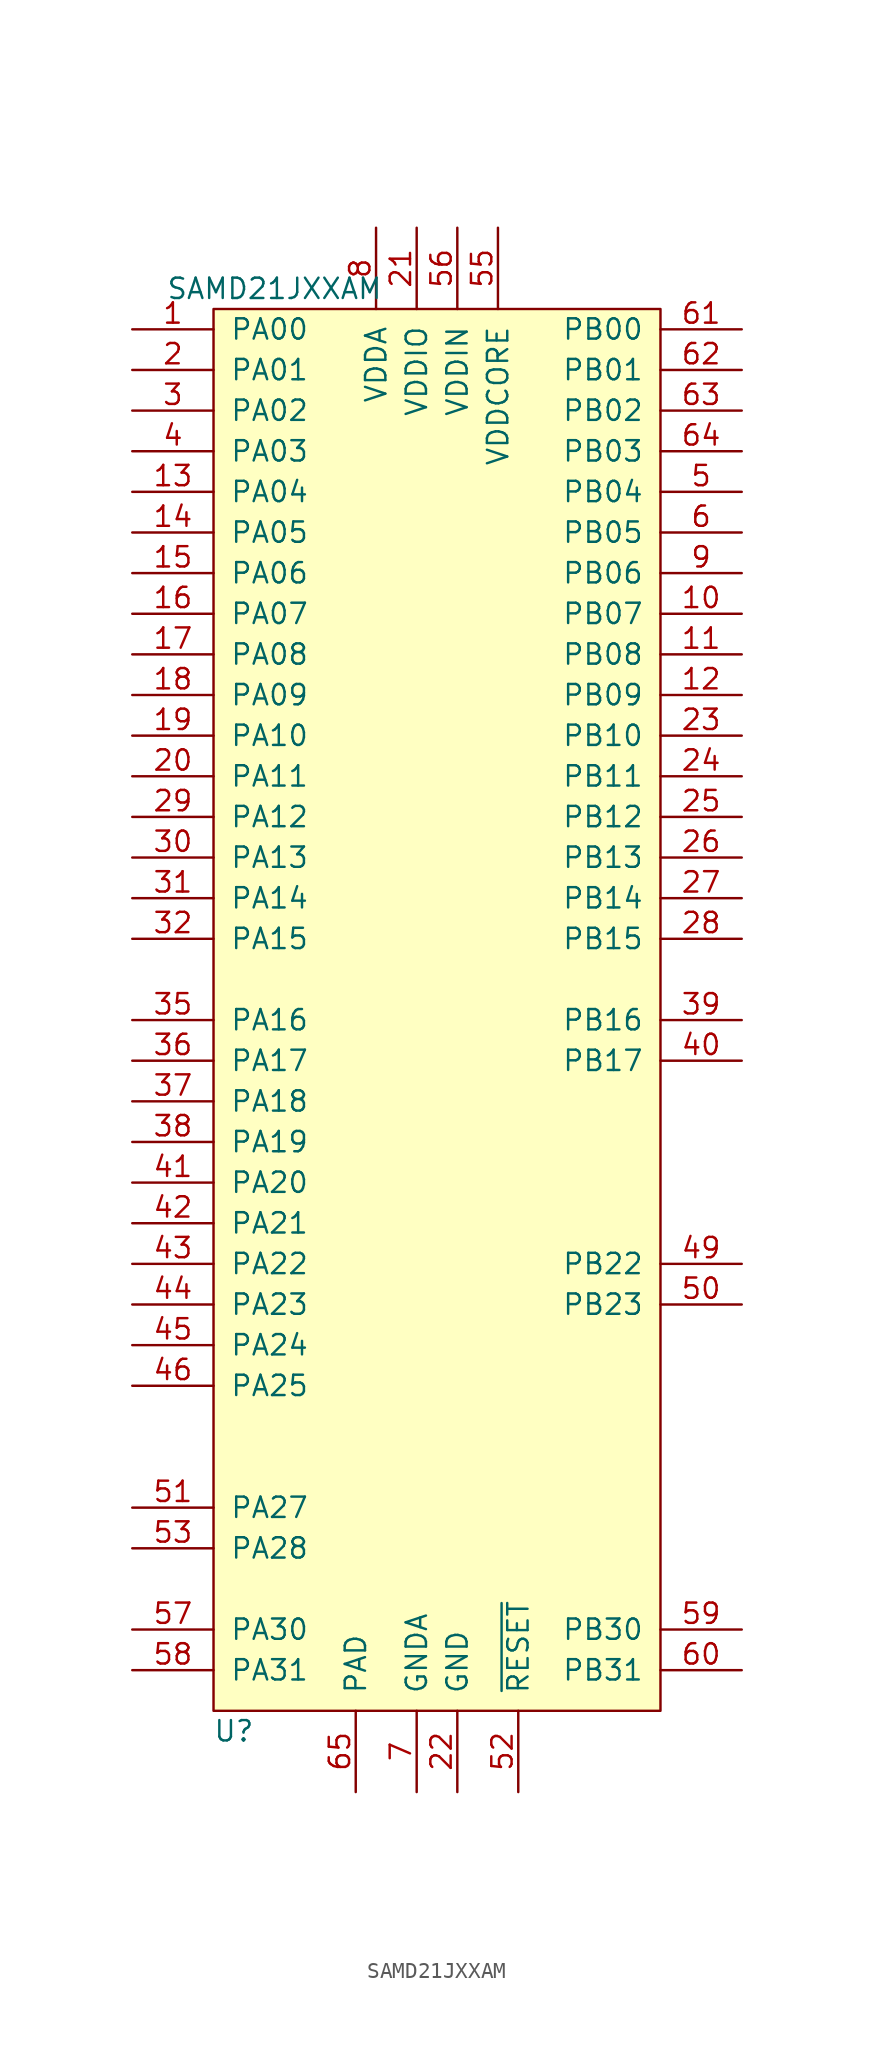
<source format=kicad_sym>
(kicad_symbol_lib
  (version 20241209)
  (generator "kicad_symbol_editor")
  (generator_version "9.0")
  (symbol "SAMD21JXXAM"
    (pin_names
      (offset 1.016))
    (property "Reference" "U"
      (at -12.7 -46.99 0)
      (effects (font (size 1.27 1.27))))
    (property "Value" "SAMD21JXXAM"
      (at -10.16 43.18 0)
      (effects (font (size 1.27 1.27))))
    (symbol "SAMD21JXXAM_0_1"
      (rectangle (start -13.97 41.91) (end 13.97 -45.72) (stroke (width 0) (type solid)) (fill (type background))))
    (symbol "SAMD21JXXAM_1_1"
      (pin bidirectional line (at -19.05 40.64 0) (length 5.08) (name "PA00" (effects (font (size 1.27 1.27)))) (number "1" (effects (font (size 1.27 1.27)))))
      (pin bidirectional line (at -19.05 38.1 0) (length 5.08) (name "PA01" (effects (font (size 1.27 1.27)))) (number "2" (effects (font (size 1.27 1.27)))))
      (pin bidirectional line (at -19.05 35.56 0) (length 5.08) (name "PA02" (effects (font (size 1.27 1.27)))) (number "3" (effects (font (size 1.27 1.27)))))
      (pin bidirectional line (at -19.05 33.02 0) (length 5.08) (name "PA03" (effects (font (size 1.27 1.27)))) (number "4" (effects (font (size 1.27 1.27)))))
      (pin bidirectional line (at -19.05 30.48 0) (length 5.08) (name "PA04" (effects (font (size 1.27 1.27)))) (number "13" (effects (font (size 1.27 1.27)))))
      (pin bidirectional line (at -19.05 27.94 0) (length 5.08) (name "PA05" (effects (font (size 1.27 1.27)))) (number "14" (effects (font (size 1.27 1.27)))))
      (pin bidirectional line (at -19.05 25.4 0) (length 5.08) (name "PA06" (effects (font (size 1.27 1.27)))) (number "15" (effects (font (size 1.27 1.27)))))
      (pin bidirectional line (at -19.05 22.86 0) (length 5.08) (name "PA07" (effects (font (size 1.27 1.27)))) (number "16" (effects (font (size 1.27 1.27)))))
      (pin bidirectional line (at -19.05 20.32 0) (length 5.08) (name "PA08" (effects (font (size 1.27 1.27)))) (number "17" (effects (font (size 1.27 1.27)))))
      (pin bidirectional line (at -19.05 17.78 0) (length 5.08) (name "PA09" (effects (font (size 1.27 1.27)))) (number "18" (effects (font (size 1.27 1.27)))))
      (pin bidirectional line (at -19.05 15.24 0) (length 5.08) (name "PA10" (effects (font (size 1.27 1.27)))) (number "19" (effects (font (size 1.27 1.27)))))
      (pin bidirectional line (at -19.05 12.7 0) (length 5.08) (name "PA11" (effects (font (size 1.27 1.27)))) (number "20" (effects (font (size 1.27 1.27)))))
      (pin bidirectional line (at -19.05 10.16 0) (length 5.08) (name "PA12" (effects (font (size 1.27 1.27)))) (number "29" (effects (font (size 1.27 1.27)))))
      (pin bidirectional line (at -19.05 7.62 0) (length 5.08) (name "PA13" (effects (font (size 1.27 1.27)))) (number "30" (effects (font (size 1.27 1.27)))))
      (pin bidirectional line (at -19.05 5.08 0) (length 5.08) (name "PA14" (effects (font (size 1.27 1.27)))) (number "31" (effects (font (size 1.27 1.27)))))
      (pin bidirectional line (at -19.05 2.54 0) (length 5.08) (name "PA15" (effects (font (size 1.27 1.27)))) (number "32" (effects (font (size 1.27 1.27)))))
      (pin bidirectional line (at -19.05 -2.54 0) (length 5.08) (name "PA16" (effects (font (size 1.27 1.27)))) (number "35" (effects (font (size 1.27 1.27)))))
      (pin bidirectional line (at -19.05 -5.08 0) (length 5.08) (name "PA17" (effects (font (size 1.27 1.27)))) (number "36" (effects (font (size 1.27 1.27)))))
      (pin bidirectional line (at -19.05 -7.62 0) (length 5.08) (name "PA18" (effects (font (size 1.27 1.27)))) (number "37" (effects (font (size 1.27 1.27)))))
      (pin bidirectional line (at -19.05 -10.16 0) (length 5.08) (name "PA19" (effects (font (size 1.27 1.27)))) (number "38" (effects (font (size 1.27 1.27)))))
      (pin bidirectional line (at -19.05 -12.7 0) (length 5.08) (name "PA20" (effects (font (size 1.27 1.27)))) (number "41" (effects (font (size 1.27 1.27)))))
      (pin bidirectional line (at -19.05 -15.24 0) (length 5.08) (name "PA21" (effects (font (size 1.27 1.27)))) (number "42" (effects (font (size 1.27 1.27)))))
      (pin bidirectional line (at -19.05 -17.78 0) (length 5.08) (name "PA22" (effects (font (size 1.27 1.27)))) (number "43" (effects (font (size 1.27 1.27)))))
      (pin bidirectional line (at -19.05 -20.32 0) (length 5.08) (name "PA23" (effects (font (size 1.27 1.27)))) (number "44" (effects (font (size 1.27 1.27)))))
      (pin bidirectional line (at -19.05 -22.86 0) (length 5.08) (name "PA24" (effects (font (size 1.27 1.27)))) (number "45" (effects (font (size 1.27 1.27)))))
      (pin bidirectional line (at -19.05 -25.4 0) (length 5.08) (name "PA25" (effects (font (size 1.27 1.27)))) (number "46" (effects (font (size 1.27 1.27)))))
      (pin bidirectional line (at -19.05 -33.02 0) (length 5.08) (name "PA27" (effects (font (size 1.27 1.27)))) (number "51" (effects (font (size 1.27 1.27)))))
      (pin bidirectional line (at -19.05 -35.56 0) (length 5.08) (name "PA28" (effects (font (size 1.27 1.27)))) (number "53" (effects (font (size 1.27 1.27)))))
      (pin bidirectional line (at -19.05 -40.64 0) (length 5.08) (name "PA30" (effects (font (size 1.27 1.27)))) (number "57" (effects (font (size 1.27 1.27)))))
      (pin bidirectional line (at -19.05 -43.18 0) (length 5.08) (name "PA31" (effects (font (size 1.27 1.27)))) (number "58" (effects (font (size 1.27 1.27)))))
      (pin passive line (at -5.08 -50.8 90) (length 5.08) (name "PAD" (effects (font (size 1.27 1.27)))) (number "65" (effects (font (size 1.27 1.27)))))
      (pin power_in line (at -3.81 46.99 270) (length 5.08) (name "VDDA" (effects (font (size 1.27 1.27)))) (number "8" (effects (font (size 1.27 1.27)))))
      (pin power_in line (at -1.27 46.99 270) (length 5.08) (name "VDDIO" (effects (font (size 1.27 1.27)))) (number "21" (effects (font (size 1.27 1.27)))))
      (pin passive line (at -1.27 46.99 270) (length 5.08) (hide yes) (name "VDDIO" (effects (font (size 1.27 1.27)))) (number "34" (effects (font (size 1.27 1.27)))))
      (pin passive line (at -1.27 46.99 270) (length 5.08) (hide yes) (name "VDDIO" (effects (font (size 1.27 1.27)))) (number "48" (effects (font (size 1.27 1.27)))))
      (pin power_in line (at -1.27 -50.8 90) (length 5.08) (name "GNDA" (effects (font (size 1.27 1.27)))) (number "7" (effects (font (size 1.27 1.27)))))
      (pin power_in line (at 1.27 46.99 270) (length 5.08) (name "VDDIN" (effects (font (size 1.27 1.27)))) (number "56" (effects (font (size 1.27 1.27)))))
      (pin power_in line (at 1.27 -50.8 90) (length 5.08) (name "GND" (effects (font (size 1.27 1.27)))) (number "22" (effects (font (size 1.27 1.27)))))
      (pin passive line (at 1.27 -50.8 90) (length 5.08) (hide yes) (name "GND" (effects (font (size 1.27 1.27)))) (number "33" (effects (font (size 1.27 1.27)))))
      (pin passive line (at 1.27 -50.8 90) (length 5.08) (hide yes) (name "GND" (effects (font (size 1.27 1.27)))) (number "47" (effects (font (size 1.27 1.27)))))
      (pin passive line (at 1.27 -50.8 90) (length 5.08) (hide yes) (name "GND" (effects (font (size 1.27 1.27)))) (number "54" (effects (font (size 1.27 1.27)))))
      (pin output line (at 3.81 46.99 270) (length 5.08) (name "VDDCORE" (effects (font (size 1.27 1.27)))) (number "55" (effects (font (size 1.27 1.27)))))
      (pin input line (at 5.08 -50.8 90) (length 5.08) (name "~{RESET}" (effects (font (size 1.27 1.27)))) (number "52" (effects (font (size 1.27 1.27)))))
      (pin bidirectional line (at 19.05 40.64 180) (length 5.08) (name "PB00" (effects (font (size 1.27 1.27)))) (number "61" (effects (font (size 1.27 1.27)))))
      (pin bidirectional line (at 19.05 38.1 180) (length 5.08) (name "PB01" (effects (font (size 1.27 1.27)))) (number "62" (effects (font (size 1.27 1.27)))))
      (pin bidirectional line (at 19.05 35.56 180) (length 5.08) (name "PB02" (effects (font (size 1.27 1.27)))) (number "63" (effects (font (size 1.27 1.27)))))
      (pin bidirectional line (at 19.05 33.02 180) (length 5.08) (name "PB03" (effects (font (size 1.27 1.27)))) (number "64" (effects (font (size 1.27 1.27)))))
      (pin bidirectional line (at 19.05 30.48 180) (length 5.08) (name "PB04" (effects (font (size 1.27 1.27)))) (number "5" (effects (font (size 1.27 1.27)))))
      (pin bidirectional line (at 19.05 27.94 180) (length 5.08) (name "PB05" (effects (font (size 1.27 1.27)))) (number "6" (effects (font (size 1.27 1.27)))))
      (pin bidirectional line (at 19.05 25.4 180) (length 5.08) (name "PB06" (effects (font (size 1.27 1.27)))) (number "9" (effects (font (size 1.27 1.27)))))
      (pin bidirectional line (at 19.05 22.86 180) (length 5.08) (name "PB07" (effects (font (size 1.27 1.27)))) (number "10" (effects (font (size 1.27 1.27)))))
      (pin bidirectional line (at 19.05 20.32 180) (length 5.08) (name "PB08" (effects (font (size 1.27 1.27)))) (number "11" (effects (font (size 1.27 1.27)))))
      (pin bidirectional line (at 19.05 17.78 180) (length 5.08) (name "PB09" (effects (font (size 1.27 1.27)))) (number "12" (effects (font (size 1.27 1.27)))))
      (pin bidirectional line (at 19.05 15.24 180) (length 5.08) (name "PB10" (effects (font (size 1.27 1.27)))) (number "23" (effects (font (size 1.27 1.27)))))
      (pin bidirectional line (at 19.05 12.7 180) (length 5.08) (name "PB11" (effects (font (size 1.27 1.27)))) (number "24" (effects (font (size 1.27 1.27)))))
      (pin bidirectional line (at 19.05 10.16 180) (length 5.08) (name "PB12" (effects (font (size 1.27 1.27)))) (number "25" (effects (font (size 1.27 1.27)))))
      (pin bidirectional line (at 19.05 7.62 180) (length 5.08) (name "PB13" (effects (font (size 1.27 1.27)))) (number "26" (effects (font (size 1.27 1.27)))))
      (pin bidirectional line (at 19.05 5.08 180) (length 5.08) (name "PB14" (effects (font (size 1.27 1.27)))) (number "27" (effects (font (size 1.27 1.27)))))
      (pin bidirectional line (at 19.05 2.54 180) (length 5.08) (name "PB15" (effects (font (size 1.27 1.27)))) (number "28" (effects (font (size 1.27 1.27)))))
      (pin bidirectional line (at 19.05 -2.54 180) (length 5.08) (name "PB16" (effects (font (size 1.27 1.27)))) (number "39" (effects (font (size 1.27 1.27)))))
      (pin bidirectional line (at 19.05 -5.08 180) (length 5.08) (name "PB17" (effects (font (size 1.27 1.27)))) (number "40" (effects (font (size 1.27 1.27)))))
      (pin bidirectional line (at 19.05 -17.78 180) (length 5.08) (name "PB22" (effects (font (size 1.27 1.27)))) (number "49" (effects (font (size 1.27 1.27)))))
      (pin bidirectional line (at 19.05 -20.32 180) (length 5.08) (name "PB23" (effects (font (size 1.27 1.27)))) (number "50" (effects (font (size 1.27 1.27)))))
      (pin bidirectional line (at 19.05 -40.64 180) (length 5.08) (name "PB30" (effects (font (size 1.27 1.27)))) (number "59" (effects (font (size 1.27 1.27)))))
      (pin bidirectional line (at 19.05 -43.18 180) (length 5.08) (name "PB31" (effects (font (size 1.27 1.27)))) (number "60" (effects (font (size 1.27 1.27))))))))
</source>
